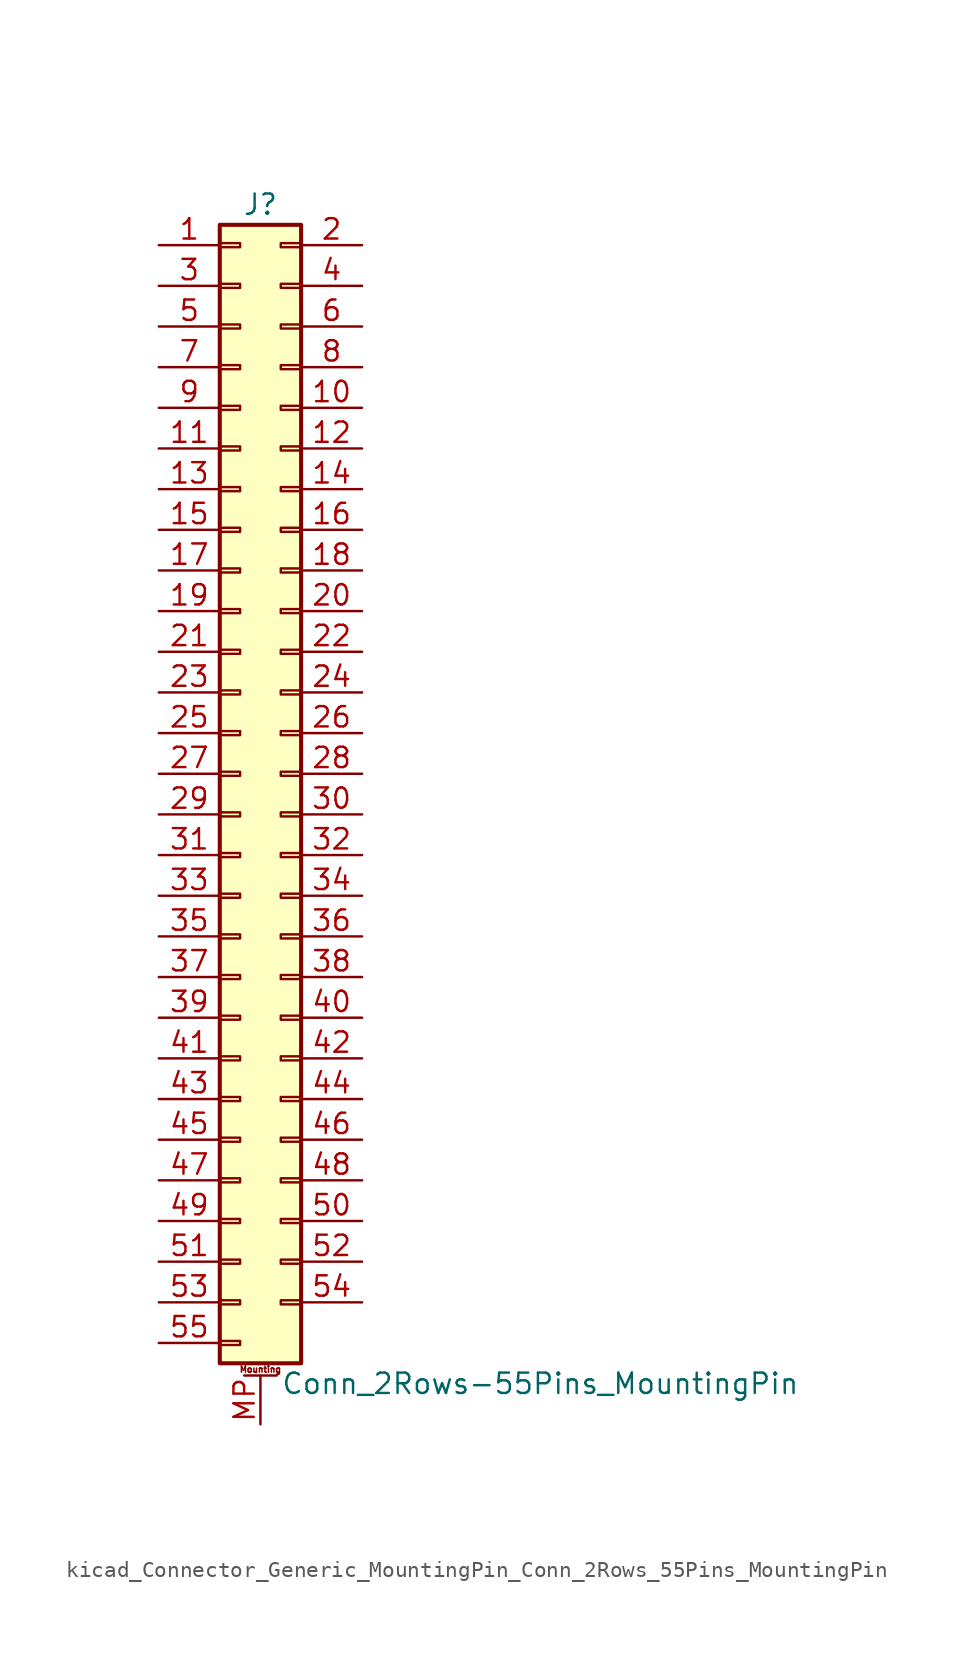
<source format=kicad_sym>
(kicad_symbol_lib
  (version 20220914)
  (generator kicad_symbol_editor)
  (symbol "kicad_Connector_Generic_MountingPin_Conn_2Rows_55Pins_MountingPin"
    (pin_names
      (offset 1.016) hide)
    (property "Reference" "J"
      (at 1.27 35.56 0)
      (effects (font (size 1.27 1.27))))
    (property "Value" "Conn_2Rows-55Pins_MountingPin"
      (at 2.54 -38.1 0)
      (effects (font (size 1.27 1.27)) (justify left)))
    (symbol "kicad_Connector_Generic_MountingPin_Conn_2Rows_55Pins_MountingPin_1_1"
      (rectangle (start -1.27 -35.433) (end 0 -35.687) (stroke (width 0.152) (type default)) (fill (type none)))
      (rectangle (start -1.27 -32.893) (end 0 -33.147) (stroke (width 0.152) (type default)) (fill (type none)))
      (rectangle (start -1.27 -30.353) (end 0 -30.607) (stroke (width 0.152) (type default)) (fill (type none)))
      (rectangle (start -1.27 -27.813) (end 0 -28.067) (stroke (width 0.152) (type default)) (fill (type none)))
      (rectangle (start -1.27 -25.273) (end 0 -25.527) (stroke (width 0.152) (type default)) (fill (type none)))
      (rectangle (start -1.27 -22.733) (end 0 -22.987) (stroke (width 0.152) (type default)) (fill (type none)))
      (rectangle (start -1.27 -20.193) (end 0 -20.447) (stroke (width 0.152) (type default)) (fill (type none)))
      (rectangle (start -1.27 -17.653) (end 0 -17.907) (stroke (width 0.152) (type default)) (fill (type none)))
      (rectangle (start -1.27 -15.113) (end 0 -15.367) (stroke (width 0.152) (type default)) (fill (type none)))
      (rectangle (start -1.27 -12.573) (end 0 -12.827) (stroke (width 0.152) (type default)) (fill (type none)))
      (rectangle (start -1.27 -10.033) (end 0 -10.287) (stroke (width 0.152) (type default)) (fill (type none)))
      (rectangle (start -1.27 -7.493) (end 0 -7.747) (stroke (width 0.152) (type default)) (fill (type none)))
      (rectangle (start -1.27 -4.953) (end 0 -5.207) (stroke (width 0.152) (type default)) (fill (type none)))
      (rectangle (start -1.27 -2.413) (end 0 -2.667) (stroke (width 0.152) (type default)) (fill (type none)))
      (rectangle (start -1.27 0.127) (end 0 -0.127) (stroke (width 0.152) (type default)) (fill (type none)))
      (rectangle (start -1.27 2.667) (end 0 2.413) (stroke (width 0.152) (type default)) (fill (type none)))
      (rectangle (start -1.27 5.207) (end 0 4.953) (stroke (width 0.152) (type default)) (fill (type none)))
      (rectangle (start -1.27 7.747) (end 0 7.493) (stroke (width 0.152) (type default)) (fill (type none)))
      (rectangle (start -1.27 10.287) (end 0 10.033) (stroke (width 0.152) (type default)) (fill (type none)))
      (rectangle (start -1.27 12.827) (end 0 12.573) (stroke (width 0.152) (type default)) (fill (type none)))
      (rectangle (start -1.27 15.367) (end 0 15.113) (stroke (width 0.152) (type default)) (fill (type none)))
      (rectangle (start -1.27 17.907) (end 0 17.653) (stroke (width 0.152) (type default)) (fill (type none)))
      (rectangle (start -1.27 20.447) (end 0 20.193) (stroke (width 0.152) (type default)) (fill (type none)))
      (rectangle (start -1.27 22.987) (end 0 22.733) (stroke (width 0.152) (type default)) (fill (type none)))
      (rectangle (start -1.27 25.527) (end 0 25.273) (stroke (width 0.152) (type default)) (fill (type none)))
      (rectangle (start -1.27 28.067) (end 0 27.813) (stroke (width 0.152) (type default)) (fill (type none)))
      (rectangle (start -1.27 30.607) (end 0 30.353) (stroke (width 0.152) (type default)) (fill (type none)))
      (rectangle (start -1.27 33.147) (end 0 32.893) (stroke (width 0.152) (type default)) (fill (type none)))
      (rectangle (start -1.27 34.29) (end 3.81 -36.83) (stroke (width 0.254) (type default)) (fill (type background)))
      (polyline (pts (xy 0.254 -37.592) (xy 2.286 -37.592)) (stroke (width 0.152) (type default)) (fill (type none)))
      (rectangle (start 3.81 -32.893) (end 2.54 -33.147) (stroke (width 0.152) (type default)) (fill (type none)))
      (rectangle (start 3.81 -30.353) (end 2.54 -30.607) (stroke (width 0.152) (type default)) (fill (type none)))
      (rectangle (start 3.81 -27.813) (end 2.54 -28.067) (stroke (width 0.152) (type default)) (fill (type none)))
      (rectangle (start 3.81 -25.273) (end 2.54 -25.527) (stroke (width 0.152) (type default)) (fill (type none)))
      (rectangle (start 3.81 -22.733) (end 2.54 -22.987) (stroke (width 0.152) (type default)) (fill (type none)))
      (rectangle (start 3.81 -20.193) (end 2.54 -20.447) (stroke (width 0.152) (type default)) (fill (type none)))
      (rectangle (start 3.81 -17.653) (end 2.54 -17.907) (stroke (width 0.152) (type default)) (fill (type none)))
      (rectangle (start 3.81 -15.113) (end 2.54 -15.367) (stroke (width 0.152) (type default)) (fill (type none)))
      (rectangle (start 3.81 -12.573) (end 2.54 -12.827) (stroke (width 0.152) (type default)) (fill (type none)))
      (rectangle (start 3.81 -10.033) (end 2.54 -10.287) (stroke (width 0.152) (type default)) (fill (type none)))
      (rectangle (start 3.81 -7.493) (end 2.54 -7.747) (stroke (width 0.152) (type default)) (fill (type none)))
      (rectangle (start 3.81 -4.953) (end 2.54 -5.207) (stroke (width 0.152) (type default)) (fill (type none)))
      (rectangle (start 3.81 -2.413) (end 2.54 -2.667) (stroke (width 0.152) (type default)) (fill (type none)))
      (rectangle (start 3.81 0.127) (end 2.54 -0.127) (stroke (width 0.152) (type default)) (fill (type none)))
      (rectangle (start 3.81 2.667) (end 2.54 2.413) (stroke (width 0.152) (type default)) (fill (type none)))
      (rectangle (start 3.81 5.207) (end 2.54 4.953) (stroke (width 0.152) (type default)) (fill (type none)))
      (rectangle (start 3.81 7.747) (end 2.54 7.493) (stroke (width 0.152) (type default)) (fill (type none)))
      (rectangle (start 3.81 10.287) (end 2.54 10.033) (stroke (width 0.152) (type default)) (fill (type none)))
      (rectangle (start 3.81 12.827) (end 2.54 12.573) (stroke (width 0.152) (type default)) (fill (type none)))
      (rectangle (start 3.81 15.367) (end 2.54 15.113) (stroke (width 0.152) (type default)) (fill (type none)))
      (rectangle (start 3.81 17.907) (end 2.54 17.653) (stroke (width 0.152) (type default)) (fill (type none)))
      (rectangle (start 3.81 20.447) (end 2.54 20.193) (stroke (width 0.152) (type default)) (fill (type none)))
      (rectangle (start 3.81 22.987) (end 2.54 22.733) (stroke (width 0.152) (type default)) (fill (type none)))
      (rectangle (start 3.81 25.527) (end 2.54 25.273) (stroke (width 0.152) (type default)) (fill (type none)))
      (rectangle (start 3.81 28.067) (end 2.54 27.813) (stroke (width 0.152) (type default)) (fill (type none)))
      (rectangle (start 3.81 30.607) (end 2.54 30.353) (stroke (width 0.152) (type default)) (fill (type none)))
      (rectangle (start 3.81 33.147) (end 2.54 32.893) (stroke (width 0.152) (type default)) (fill (type none)))
      (text "Mounting" (at 1.27 -37.211 0) (effects (font (size 0.381 0.381))))
      (pin passive line (at -5.08 33.02 0) (length 3.81) (name "Pin_1" (effects (font (size 1.27 1.27)))) (number "1" (effects (font (size 1.27 1.27)))))
      (pin passive line (at 7.62 22.86 180) (length 3.81) (name "Pin_10" (effects (font (size 1.27 1.27)))) (number "10" (effects (font (size 1.27 1.27)))))
      (pin passive line (at -5.08 20.32 0) (length 3.81) (name "Pin_11" (effects (font (size 1.27 1.27)))) (number "11" (effects (font (size 1.27 1.27)))))
      (pin passive line (at 7.62 20.32 180) (length 3.81) (name "Pin_12" (effects (font (size 1.27 1.27)))) (number "12" (effects (font (size 1.27 1.27)))))
      (pin passive line (at -5.08 17.78 0) (length 3.81) (name "Pin_13" (effects (font (size 1.27 1.27)))) (number "13" (effects (font (size 1.27 1.27)))))
      (pin passive line (at 7.62 17.78 180) (length 3.81) (name "Pin_14" (effects (font (size 1.27 1.27)))) (number "14" (effects (font (size 1.27 1.27)))))
      (pin passive line (at -5.08 15.24 0) (length 3.81) (name "Pin_15" (effects (font (size 1.27 1.27)))) (number "15" (effects (font (size 1.27 1.27)))))
      (pin passive line (at 7.62 15.24 180) (length 3.81) (name "Pin_16" (effects (font (size 1.27 1.27)))) (number "16" (effects (font (size 1.27 1.27)))))
      (pin passive line (at -5.08 12.7 0) (length 3.81) (name "Pin_17" (effects (font (size 1.27 1.27)))) (number "17" (effects (font (size 1.27 1.27)))))
      (pin passive line (at 7.62 12.7 180) (length 3.81) (name "Pin_18" (effects (font (size 1.27 1.27)))) (number "18" (effects (font (size 1.27 1.27)))))
      (pin passive line (at -5.08 10.16 0) (length 3.81) (name "Pin_19" (effects (font (size 1.27 1.27)))) (number "19" (effects (font (size 1.27 1.27)))))
      (pin passive line (at 7.62 33.02 180) (length 3.81) (name "Pin_2" (effects (font (size 1.27 1.27)))) (number "2" (effects (font (size 1.27 1.27)))))
      (pin passive line (at 7.62 10.16 180) (length 3.81) (name "Pin_20" (effects (font (size 1.27 1.27)))) (number "20" (effects (font (size 1.27 1.27)))))
      (pin passive line (at -5.08 7.62 0) (length 3.81) (name "Pin_21" (effects (font (size 1.27 1.27)))) (number "21" (effects (font (size 1.27 1.27)))))
      (pin passive line (at 7.62 7.62 180) (length 3.81) (name "Pin_22" (effects (font (size 1.27 1.27)))) (number "22" (effects (font (size 1.27 1.27)))))
      (pin passive line (at -5.08 5.08 0) (length 3.81) (name "Pin_23" (effects (font (size 1.27 1.27)))) (number "23" (effects (font (size 1.27 1.27)))))
      (pin passive line (at 7.62 5.08 180) (length 3.81) (name "Pin_24" (effects (font (size 1.27 1.27)))) (number "24" (effects (font (size 1.27 1.27)))))
      (pin passive line (at -5.08 2.54 0) (length 3.81) (name "Pin_25" (effects (font (size 1.27 1.27)))) (number "25" (effects (font (size 1.27 1.27)))))
      (pin passive line (at 7.62 2.54 180) (length 3.81) (name "Pin_26" (effects (font (size 1.27 1.27)))) (number "26" (effects (font (size 1.27 1.27)))))
      (pin passive line (at -5.08 0 0) (length 3.81) (name "Pin_27" (effects (font (size 1.27 1.27)))) (number "27" (effects (font (size 1.27 1.27)))))
      (pin passive line (at 7.62 0 180) (length 3.81) (name "Pin_28" (effects (font (size 1.27 1.27)))) (number "28" (effects (font (size 1.27 1.27)))))
      (pin passive line (at -5.08 -2.54 0) (length 3.81) (name "Pin_29" (effects (font (size 1.27 1.27)))) (number "29" (effects (font (size 1.27 1.27)))))
      (pin passive line (at -5.08 30.48 0) (length 3.81) (name "Pin_3" (effects (font (size 1.27 1.27)))) (number "3" (effects (font (size 1.27 1.27)))))
      (pin passive line (at 7.62 -2.54 180) (length 3.81) (name "Pin_30" (effects (font (size 1.27 1.27)))) (number "30" (effects (font (size 1.27 1.27)))))
      (pin passive line (at -5.08 -5.08 0) (length 3.81) (name "Pin_31" (effects (font (size 1.27 1.27)))) (number "31" (effects (font (size 1.27 1.27)))))
      (pin passive line (at 7.62 -5.08 180) (length 3.81) (name "Pin_32" (effects (font (size 1.27 1.27)))) (number "32" (effects (font (size 1.27 1.27)))))
      (pin passive line (at -5.08 -7.62 0) (length 3.81) (name "Pin_33" (effects (font (size 1.27 1.27)))) (number "33" (effects (font (size 1.27 1.27)))))
      (pin passive line (at 7.62 -7.62 180) (length 3.81) (name "Pin_34" (effects (font (size 1.27 1.27)))) (number "34" (effects (font (size 1.27 1.27)))))
      (pin passive line (at -5.08 -10.16 0) (length 3.81) (name "Pin_35" (effects (font (size 1.27 1.27)))) (number "35" (effects (font (size 1.27 1.27)))))
      (pin passive line (at 7.62 -10.16 180) (length 3.81) (name "Pin_36" (effects (font (size 1.27 1.27)))) (number "36" (effects (font (size 1.27 1.27)))))
      (pin passive line (at -5.08 -12.7 0) (length 3.81) (name "Pin_37" (effects (font (size 1.27 1.27)))) (number "37" (effects (font (size 1.27 1.27)))))
      (pin passive line (at 7.62 -12.7 180) (length 3.81) (name "Pin_38" (effects (font (size 1.27 1.27)))) (number "38" (effects (font (size 1.27 1.27)))))
      (pin passive line (at -5.08 -15.24 0) (length 3.81) (name "Pin_39" (effects (font (size 1.27 1.27)))) (number "39" (effects (font (size 1.27 1.27)))))
      (pin passive line (at 7.62 30.48 180) (length 3.81) (name "Pin_4" (effects (font (size 1.27 1.27)))) (number "4" (effects (font (size 1.27 1.27)))))
      (pin passive line (at 7.62 -15.24 180) (length 3.81) (name "Pin_40" (effects (font (size 1.27 1.27)))) (number "40" (effects (font (size 1.27 1.27)))))
      (pin passive line (at -5.08 -17.78 0) (length 3.81) (name "Pin_41" (effects (font (size 1.27 1.27)))) (number "41" (effects (font (size 1.27 1.27)))))
      (pin passive line (at 7.62 -17.78 180) (length 3.81) (name "Pin_42" (effects (font (size 1.27 1.27)))) (number "42" (effects (font (size 1.27 1.27)))))
      (pin passive line (at -5.08 -20.32 0) (length 3.81) (name "Pin_43" (effects (font (size 1.27 1.27)))) (number "43" (effects (font (size 1.27 1.27)))))
      (pin passive line (at 7.62 -20.32 180) (length 3.81) (name "Pin_44" (effects (font (size 1.27 1.27)))) (number "44" (effects (font (size 1.27 1.27)))))
      (pin passive line (at -5.08 -22.86 0) (length 3.81) (name "Pin_45" (effects (font (size 1.27 1.27)))) (number "45" (effects (font (size 1.27 1.27)))))
      (pin passive line (at 7.62 -22.86 180) (length 3.81) (name "Pin_46" (effects (font (size 1.27 1.27)))) (number "46" (effects (font (size 1.27 1.27)))))
      (pin passive line (at -5.08 -25.4 0) (length 3.81) (name "Pin_47" (effects (font (size 1.27 1.27)))) (number "47" (effects (font (size 1.27 1.27)))))
      (pin passive line (at 7.62 -25.4 180) (length 3.81) (name "Pin_48" (effects (font (size 1.27 1.27)))) (number "48" (effects (font (size 1.27 1.27)))))
      (pin passive line (at -5.08 -27.94 0) (length 3.81) (name "Pin_49" (effects (font (size 1.27 1.27)))) (number "49" (effects (font (size 1.27 1.27)))))
      (pin passive line (at -5.08 27.94 0) (length 3.81) (name "Pin_5" (effects (font (size 1.27 1.27)))) (number "5" (effects (font (size 1.27 1.27)))))
      (pin passive line (at 7.62 -27.94 180) (length 3.81) (name "Pin_50" (effects (font (size 1.27 1.27)))) (number "50" (effects (font (size 1.27 1.27)))))
      (pin passive line (at -5.08 -30.48 0) (length 3.81) (name "Pin_51" (effects (font (size 1.27 1.27)))) (number "51" (effects (font (size 1.27 1.27)))))
      (pin passive line (at 7.62 -30.48 180) (length 3.81) (name "Pin_52" (effects (font (size 1.27 1.27)))) (number "52" (effects (font (size 1.27 1.27)))))
      (pin passive line (at -5.08 -33.02 0) (length 3.81) (name "Pin_53" (effects (font (size 1.27 1.27)))) (number "53" (effects (font (size 1.27 1.27)))))
      (pin passive line (at 7.62 -33.02 180) (length 3.81) (name "Pin_54" (effects (font (size 1.27 1.27)))) (number "54" (effects (font (size 1.27 1.27)))))
      (pin passive line (at -5.08 -35.56 0) (length 3.81) (name "Pin_55" (effects (font (size 1.27 1.27)))) (number "55" (effects (font (size 1.27 1.27)))))
      (pin passive line (at 7.62 27.94 180) (length 3.81) (name "Pin_6" (effects (font (size 1.27 1.27)))) (number "6" (effects (font (size 1.27 1.27)))))
      (pin passive line (at -5.08 25.4 0) (length 3.81) (name "Pin_7" (effects (font (size 1.27 1.27)))) (number "7" (effects (font (size 1.27 1.27)))))
      (pin passive line (at 7.62 25.4 180) (length 3.81) (name "Pin_8" (effects (font (size 1.27 1.27)))) (number "8" (effects (font (size 1.27 1.27)))))
      (pin passive line (at -5.08 22.86 0) (length 3.81) (name "Pin_9" (effects (font (size 1.27 1.27)))) (number "9" (effects (font (size 1.27 1.27)))))
      (pin passive line (at 1.27 -40.64 90) (length 3.048) (name "MountPin" (effects (font (size 1.27 1.27)))) (number "MP" (effects (font (size 1.27 1.27))))))))
</source>
